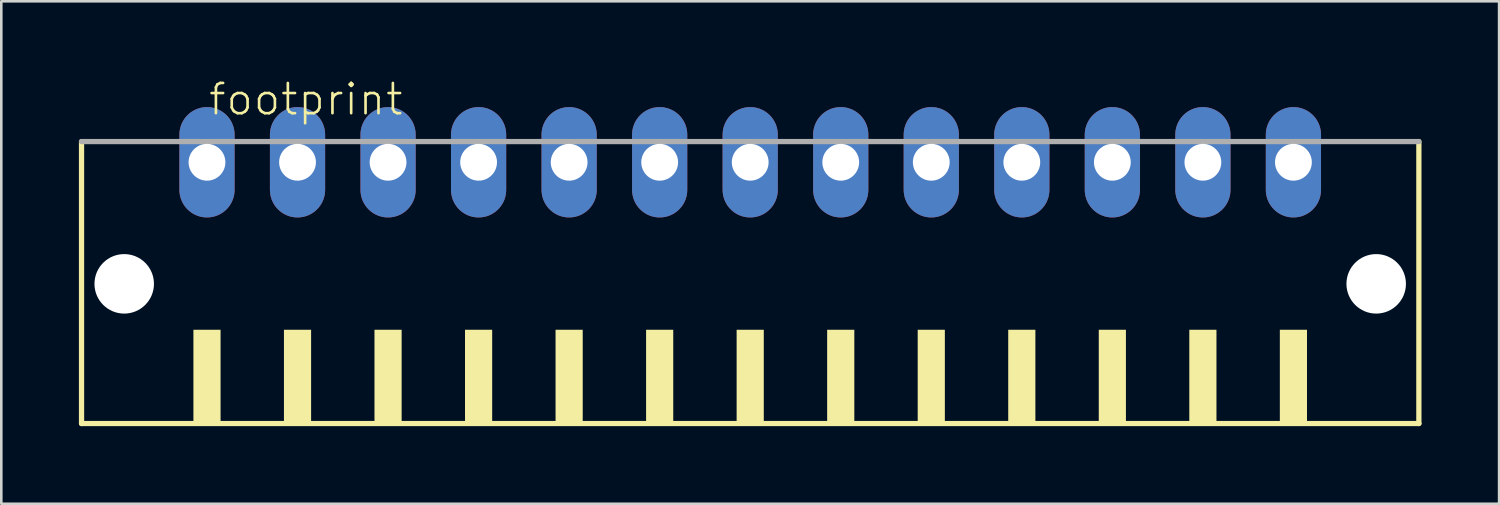
<source format=kicad_pcb>
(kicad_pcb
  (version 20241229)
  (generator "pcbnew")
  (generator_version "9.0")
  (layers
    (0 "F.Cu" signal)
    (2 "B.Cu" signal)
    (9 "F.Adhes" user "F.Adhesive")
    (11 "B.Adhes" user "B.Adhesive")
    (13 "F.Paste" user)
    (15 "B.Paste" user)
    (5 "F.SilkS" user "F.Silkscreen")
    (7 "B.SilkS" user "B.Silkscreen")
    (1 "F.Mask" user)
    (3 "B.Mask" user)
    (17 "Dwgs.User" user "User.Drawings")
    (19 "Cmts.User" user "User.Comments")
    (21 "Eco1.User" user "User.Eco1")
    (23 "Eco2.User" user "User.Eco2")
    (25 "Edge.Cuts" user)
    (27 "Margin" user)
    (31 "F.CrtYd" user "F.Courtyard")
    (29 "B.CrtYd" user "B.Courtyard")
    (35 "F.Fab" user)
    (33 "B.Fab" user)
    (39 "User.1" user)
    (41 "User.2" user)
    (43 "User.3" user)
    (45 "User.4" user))
  (footprint "footprint"
    (layer "F.Cu")
    (at 25.952 8.473)
    (property "Reference" "footprint" (at -21 -7 0) (layer "F.SilkS") (effects (font (size 1.168 1.168) (thickness 0.102)) (justify left bottom)))
    (fp_line (start -25.85 -6.05) (end -25.85 4.85) (stroke (width 0.203) (type solid)) (layer "F.SilkS"))
    (fp_line (start -25.85 4.85) (end 25.85 4.85) (stroke (width 0.203) (type solid)) (layer "F.SilkS"))
    (fp_line (start 25.85 4.85) (end 25.85 -6.05) (stroke (width 0.203) (type solid)) (layer "F.SilkS"))
    (fp_poly (pts (xy -21.525 4.9) (xy -20.475 4.9) (xy -20.475 1.225) (xy -21.525 1.225)) (stroke (width 0) (type solid)) (fill yes) (layer "F.SilkS"))
    (fp_poly (pts (xy -18.025 4.9) (xy -16.975 4.9) (xy -16.975 1.225) (xy -18.025 1.225)) (stroke (width 0) (type solid)) (fill yes) (layer "F.SilkS"))
    (fp_poly (pts (xy -14.525 4.9) (xy -13.475 4.9) (xy -13.475 1.225) (xy -14.525 1.225)) (stroke (width 0) (type solid)) (fill yes) (layer "F.SilkS"))
    (fp_poly (pts (xy -11.025 4.9) (xy -9.975 4.9) (xy -9.975 1.225) (xy -11.025 1.225)) (stroke (width 0) (type solid)) (fill yes) (layer "F.SilkS"))
    (fp_poly (pts (xy -7.525 4.9) (xy -6.475 4.9) (xy -6.475 1.225) (xy -7.525 1.225)) (stroke (width 0) (type solid)) (fill yes) (layer "F.SilkS"))
    (fp_poly (pts (xy -4.025 4.9) (xy -2.975 4.9) (xy -2.975 1.225) (xy -4.025 1.225)) (stroke (width 0) (type solid)) (fill yes) (layer "F.SilkS"))
    (fp_poly (pts (xy -0.525 4.9) (xy 0.525 4.9) (xy 0.525 1.225) (xy -0.525 1.225)) (stroke (width 0) (type solid)) (fill yes) (layer "F.SilkS"))
    (fp_poly (pts (xy 2.975 4.9) (xy 4.025 4.9) (xy 4.025 1.225) (xy 2.975 1.225)) (stroke (width 0) (type solid)) (fill yes) (layer "F.SilkS"))
    (fp_poly (pts (xy 6.475 4.9) (xy 7.525 4.9) (xy 7.525 1.225) (xy 6.475 1.225)) (stroke (width 0) (type solid)) (fill yes) (layer "F.SilkS"))
    (fp_poly (pts (xy 9.975 4.9) (xy 11.025 4.9) (xy 11.025 1.225) (xy 9.975 1.225)) (stroke (width 0) (type solid)) (fill yes) (layer "F.SilkS"))
    (fp_poly (pts (xy 13.475 4.9) (xy 14.525 4.9) (xy 14.525 1.225) (xy 13.475 1.225)) (stroke (width 0) (type solid)) (fill yes) (layer "F.SilkS"))
    (fp_poly (pts (xy 16.975 4.9) (xy 18.025 4.9) (xy 18.025 1.225) (xy 16.975 1.225)) (stroke (width 0) (type solid)) (fill yes) (layer "F.SilkS"))
    (fp_poly (pts (xy 20.475 4.9) (xy 21.525 4.9) (xy 21.525 1.225) (xy 20.475 1.225)) (stroke (width 0) (type solid)) (fill yes) (layer "F.SilkS"))
    (fp_line (start 25.85 -6.05) (end -25.85 -6.05) (stroke (width 0.203) (type solid)) (layer "F.Fab"))
    (pad "" np_thru_hole circle (at -24.2 -0.55) (size 2.3 2.3) (drill 2.3) (layers "*.Cu" "*.Mask"))
    (pad "" np_thru_hole circle (at 24.2 -0.55) (size 2.3 2.3) (drill 2.3) (layers "*.Cu" "*.Mask"))
    (pad "1" thru_hole oval (at -21 -5.25 90) (size 4.267 2.134) (drill 1.422) (layers "*.Cu" "*.Mask"))
    (pad "2" thru_hole oval (at -17.5 -5.25 90) (size 4.267 2.134) (drill 1.422) (layers "*.Cu" "*.Mask"))
    (pad "3" thru_hole oval (at -14 -5.25 90) (size 4.267 2.134) (drill 1.422) (layers "*.Cu" "*.Mask"))
    (pad "4" thru_hole oval (at -10.5 -5.25 90) (size 4.267 2.134) (drill 1.422) (layers "*.Cu" "*.Mask"))
    (pad "5" thru_hole oval (at -7 -5.25 90) (size 4.267 2.134) (drill 1.422) (layers "*.Cu" "*.Mask"))
    (pad "6" thru_hole oval (at -3.5 -5.25 90) (size 4.267 2.134) (drill 1.422) (layers "*.Cu" "*.Mask"))
    (pad "7" thru_hole oval (at 0 -5.25 90) (size 4.267 2.134) (drill 1.422) (layers "*.Cu" "*.Mask"))
    (pad "8" thru_hole oval (at 3.5 -5.25 90) (size 4.267 2.134) (drill 1.422) (layers "*.Cu" "*.Mask"))
    (pad "9" thru_hole oval (at 7 -5.25 90) (size 4.267 2.134) (drill 1.422) (layers "*.Cu" "*.Mask"))
    (pad "10" thru_hole oval (at 10.5 -5.25 90) (size 4.267 2.134) (drill 1.422) (layers "*.Cu" "*.Mask"))
    (pad "11" thru_hole oval (at 14 -5.25 90) (size 4.267 2.134) (drill 1.422) (layers "*.Cu" "*.Mask"))
    (pad "12" thru_hole oval (at 17.5 -5.25 90) (size 4.267 2.134) (drill 1.422) (layers "*.Cu" "*.Mask"))
    (pad "13" thru_hole oval (at 21 -5.25 90) (size 4.267 2.134) (drill 1.422) (layers "*.Cu" "*.Mask")))
  (gr_rect
    (start -3 -3)
    (end 54.903 16.425)
    (stroke (width 0.1) (type default))
    (fill no)
    (layer "Edge.Cuts")))
</source>
